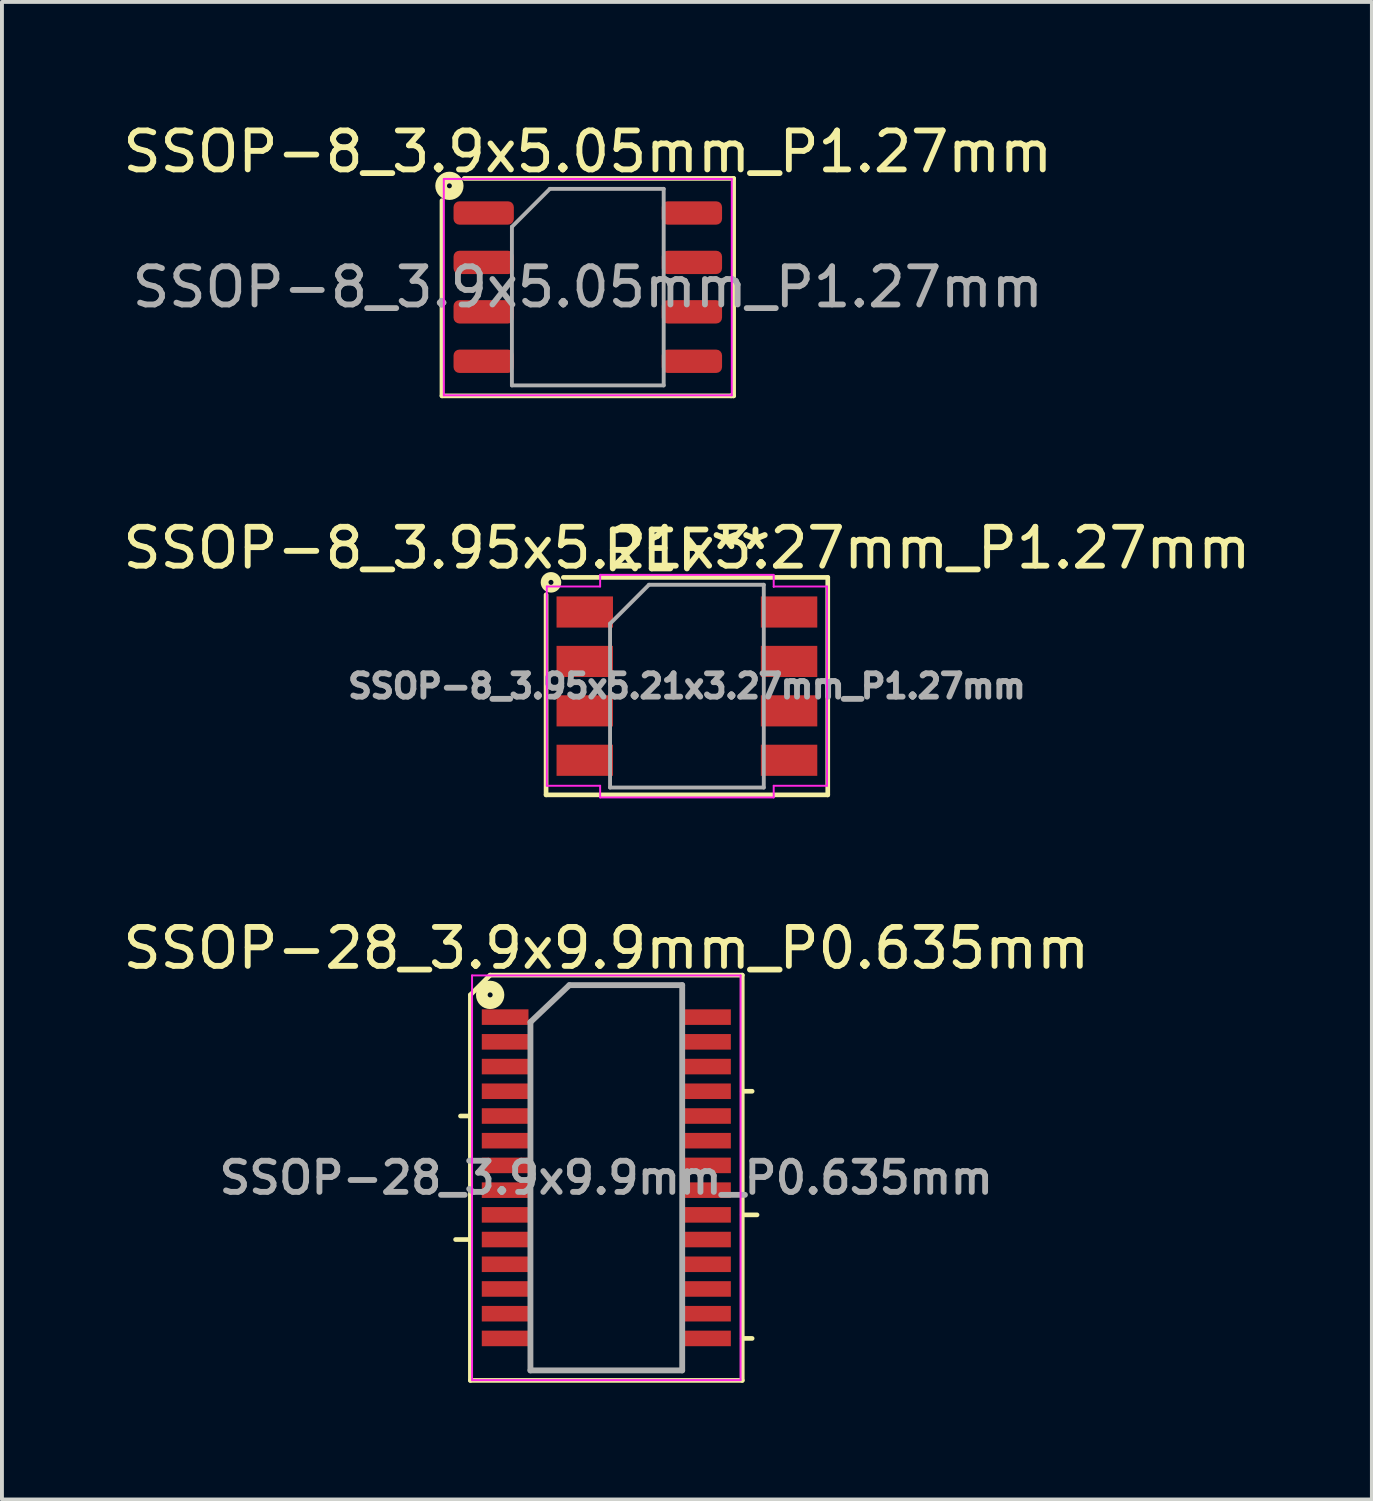
<source format=kicad_pcb>
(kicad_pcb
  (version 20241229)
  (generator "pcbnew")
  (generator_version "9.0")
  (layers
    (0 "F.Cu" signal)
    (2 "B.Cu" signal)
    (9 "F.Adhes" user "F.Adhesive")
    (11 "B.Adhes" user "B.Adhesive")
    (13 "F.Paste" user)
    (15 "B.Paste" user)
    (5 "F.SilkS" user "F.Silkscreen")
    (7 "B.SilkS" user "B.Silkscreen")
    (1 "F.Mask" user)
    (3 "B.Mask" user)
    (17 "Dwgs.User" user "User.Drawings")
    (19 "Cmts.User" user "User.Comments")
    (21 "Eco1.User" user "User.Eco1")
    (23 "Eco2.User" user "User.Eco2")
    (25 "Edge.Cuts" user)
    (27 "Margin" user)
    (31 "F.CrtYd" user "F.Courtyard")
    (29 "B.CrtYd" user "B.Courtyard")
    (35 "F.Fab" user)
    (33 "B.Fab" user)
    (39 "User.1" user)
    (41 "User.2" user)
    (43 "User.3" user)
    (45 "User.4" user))
  (footprint "SSOP-8_3.9x5.05mm_P1.27mm"
    (layer "F.Cu")
    (at 12.054 4.328)
    (property "Reference" "SSOP-8_3.9x5.05mm_P1.27mm" (at 0 -3.48 0) (layer "F.SilkS") (effects (font (size 1 1) (thickness 0.15))))
    (attr smd)
    (fp_line (start -3.747 -2.223) (end -3.747 2.794) (stroke (width 0.12) (type solid)) (layer "F.SilkS"))
    (fp_line (start -3.747 2.794) (end 3.683 2.794) (stroke (width 0.12) (type solid)) (layer "F.SilkS"))
    (fp_line (start 3.683 2.794) (end 3.747 2.794) (stroke (width 0.12) (type solid)) (layer "F.SilkS"))
    (fp_line (start 3.747 -2.794) (end -3.175 -2.794) (stroke (width 0.12) (type solid)) (layer "F.SilkS"))
    (fp_line (start 3.747 2.794) (end 3.747 -2.794) (stroke (width 0.12) (type solid)) (layer "F.SilkS"))
    (fp_circle (center -3.556 -2.603) (end -3.493 -2.603) (stroke (width 0.3) (type solid)) (fill no) (layer "F.SilkS"))
    (fp_line (start -3.7 -2.78) (end -3.7 2.78) (stroke (width 0.05) (type solid)) (layer "F.CrtYd"))
    (fp_line (start -3.7 2.78) (end 3.7 2.78) (stroke (width 0.05) (type solid)) (layer "F.CrtYd"))
    (fp_line (start 3.7 -2.78) (end -3.7 -2.78) (stroke (width 0.05) (type solid)) (layer "F.CrtYd"))
    (fp_line (start 3.7 2.78) (end 3.7 -2.78) (stroke (width 0.05) (type solid)) (layer "F.CrtYd"))
    (fp_line (start -1.95 -1.55) (end -0.975 -2.525) (stroke (width 0.1) (type solid)) (layer "F.Fab"))
    (fp_line (start -1.95 2.525) (end -1.95 -1.55) (stroke (width 0.1) (type solid)) (layer "F.Fab"))
    (fp_line (start -0.975 -2.525) (end 1.95 -2.525) (stroke (width 0.1) (type solid)) (layer "F.Fab"))
    (fp_line (start 1.95 -2.525) (end 1.95 2.525) (stroke (width 0.1) (type solid)) (layer "F.Fab"))
    (fp_line (start 1.95 2.525) (end -1.95 2.525) (stroke (width 0.1) (type solid)) (layer "F.Fab"))
    (fp_text user "${REFERENCE}" (at 0 0 0) (layer "F.Fab") (effects (font (size 0.98 0.98) (thickness 0.15))))
    (pad "1" smd roundrect (at -2.675 -1.905) (size 1.55 0.6) (layers "F.Cu" "F.Mask" "F.Paste") (roundrect_rratio 0.25))
    (pad "2" smd roundrect (at -2.675 -0.635) (size 1.55 0.6) (layers "F.Cu" "F.Mask" "F.Paste") (roundrect_rratio 0.25))
    (pad "3" smd roundrect (at -2.675 0.635) (size 1.55 0.6) (layers "F.Cu" "F.Mask" "F.Paste") (roundrect_rratio 0.25))
    (pad "4" smd roundrect (at -2.675 1.905) (size 1.55 0.6) (layers "F.Cu" "F.Mask" "F.Paste") (roundrect_rratio 0.25))
    (pad "5" smd roundrect (at 2.675 1.905) (size 1.55 0.6) (layers "F.Cu" "F.Mask" "F.Paste") (roundrect_rratio 0.25))
    (pad "6" smd roundrect (at 2.675 0.635) (size 1.55 0.6) (layers "F.Cu" "F.Mask" "F.Paste") (roundrect_rratio 0.25))
    (pad "7" smd roundrect (at 2.675 -0.635) (size 1.55 0.6) (layers "F.Cu" "F.Mask" "F.Paste") (roundrect_rratio 0.25))
    (pad "8" smd roundrect (at 2.675 -1.905) (size 1.55 0.6) (layers "F.Cu" "F.Mask" "F.Paste") (roundrect_rratio 0.25)))
  (footprint "SSOP-28_3.9x9.9mm_P0.635mm"
    (layer "F.Cu")
    (at 12.53 27.214)
    (property "Reference" "SSOP-28_3.9x9.9mm_P0.635mm" (at 0 -5.9 0) (layer "F.SilkS") (effects (font (size 1 1) (thickness 0.15))))
    (attr smd)
    (fp_line (start -3.493 -4.699) (end -3.493 5.207) (stroke (width 0.12) (type solid)) (layer "F.SilkS"))
    (fp_line (start -3.493 -4.699) (end -2.985 -5.207) (stroke (width 0.12) (type solid)) (layer "F.SilkS"))
    (fp_line (start -3.493 -1.587) (end -3.747 -1.587) (stroke (width 0.12) (type solid)) (layer "F.SilkS"))
    (fp_line (start -3.493 1.587) (end -3.873 1.587) (stroke (width 0.12) (type solid)) (layer "F.SilkS"))
    (fp_line (start -3.493 5.207) (end 3.493 5.207) (stroke (width 0.12) (type solid)) (layer "F.SilkS"))
    (fp_line (start 3.493 -5.207) (end -2.985 -5.207) (stroke (width 0.12) (type solid)) (layer "F.SilkS"))
    (fp_line (start 3.493 -2.223) (end 3.747 -2.223) (stroke (width 0.12) (type solid)) (layer "F.SilkS"))
    (fp_line (start 3.493 0.953) (end 3.873 0.953) (stroke (width 0.12) (type solid)) (layer "F.SilkS"))
    (fp_line (start 3.493 4.128) (end 3.747 4.128) (stroke (width 0.12) (type solid)) (layer "F.SilkS"))
    (fp_line (start 3.493 5.207) (end 3.493 -5.207) (stroke (width 0.12) (type solid)) (layer "F.SilkS"))
    (fp_circle (center -2.985 -4.699) (end -2.921 -4.699) (stroke (width 0.3) (type solid)) (fill no) (layer "F.SilkS"))
    (fp_line (start -3.45 -5.2) (end -3.45 5.2) (stroke (width 0.05) (type solid)) (layer "F.CrtYd"))
    (fp_line (start -3.45 -5.2) (end 3.45 -5.2) (stroke (width 0.05) (type solid)) (layer "F.CrtYd"))
    (fp_line (start -3.45 5.2) (end 3.45 5.2) (stroke (width 0.05) (type solid)) (layer "F.CrtYd"))
    (fp_line (start 3.45 -5.2) (end 3.45 5.2) (stroke (width 0.05) (type solid)) (layer "F.CrtYd"))
    (fp_line (start -1.95 -4) (end -0.95 -4.95) (stroke (width 0.15) (type solid)) (layer "F.Fab"))
    (fp_line (start -1.95 4.95) (end -1.95 -4) (stroke (width 0.15) (type solid)) (layer "F.Fab"))
    (fp_line (start -0.95 -4.95) (end 1.95 -4.95) (stroke (width 0.15) (type solid)) (layer "F.Fab"))
    (fp_line (start 1.95 -4.95) (end 1.95 4.95) (stroke (width 0.15) (type solid)) (layer "F.Fab"))
    (fp_line (start 1.95 4.95) (end -1.95 4.95) (stroke (width 0.15) (type solid)) (layer "F.Fab"))
    (fp_text user "${REFERENCE}" (at 0 0 0) (layer "F.Fab") (effects (font (size 0.8 0.8) (thickness 0.15))))
    (pad "1" smd rect (at -2.6 -4.128) (size 1.2 0.4) (layers "F.Cu" "F.Mask" "F.Paste"))
    (pad "2" smd rect (at -2.6 -3.493) (size 1.2 0.4) (layers "F.Cu" "F.Mask" "F.Paste"))
    (pad "3" smd rect (at -2.6 -2.857) (size 1.2 0.4) (layers "F.Cu" "F.Mask" "F.Paste"))
    (pad "4" smd rect (at -2.6 -2.223) (size 1.2 0.4) (layers "F.Cu" "F.Mask" "F.Paste"))
    (pad "5" smd rect (at -2.6 -1.587) (size 1.2 0.4) (layers "F.Cu" "F.Mask" "F.Paste"))
    (pad "6" smd rect (at -2.6 -0.953) (size 1.2 0.4) (layers "F.Cu" "F.Mask" "F.Paste"))
    (pad "7" smd rect (at -2.6 -0.318) (size 1.2 0.4) (layers "F.Cu" "F.Mask" "F.Paste"))
    (pad "8" smd rect (at -2.6 0.318) (size 1.2 0.4) (layers "F.Cu" "F.Mask" "F.Paste"))
    (pad "9" smd rect (at -2.6 0.953) (size 1.2 0.4) (layers "F.Cu" "F.Mask" "F.Paste"))
    (pad "10" smd rect (at -2.6 1.587) (size 1.2 0.4) (layers "F.Cu" "F.Mask" "F.Paste"))
    (pad "11" smd rect (at -2.6 2.223) (size 1.2 0.4) (layers "F.Cu" "F.Mask" "F.Paste"))
    (pad "12" smd rect (at -2.6 2.857) (size 1.2 0.4) (layers "F.Cu" "F.Mask" "F.Paste"))
    (pad "13" smd rect (at -2.6 3.493) (size 1.2 0.4) (layers "F.Cu" "F.Mask" "F.Paste"))
    (pad "14" smd rect (at -2.6 4.128) (size 1.2 0.4) (layers "F.Cu" "F.Mask" "F.Paste"))
    (pad "15" smd rect (at 2.6 4.128) (size 1.2 0.4) (layers "F.Cu" "F.Mask" "F.Paste"))
    (pad "16" smd rect (at 2.6 3.493) (size 1.2 0.4) (layers "F.Cu" "F.Mask" "F.Paste"))
    (pad "17" smd rect (at 2.6 2.857) (size 1.2 0.4) (layers "F.Cu" "F.Mask" "F.Paste"))
    (pad "18" smd rect (at 2.6 2.223) (size 1.2 0.4) (layers "F.Cu" "F.Mask" "F.Paste"))
    (pad "19" smd rect (at 2.6 1.587) (size 1.2 0.4) (layers "F.Cu" "F.Mask" "F.Paste"))
    (pad "20" smd rect (at 2.6 0.953) (size 1.2 0.4) (layers "F.Cu" "F.Mask" "F.Paste"))
    (pad "21" smd rect (at 2.6 0.318) (size 1.2 0.4) (layers "F.Cu" "F.Mask" "F.Paste"))
    (pad "22" smd rect (at 2.6 -0.318) (size 1.2 0.4) (layers "F.Cu" "F.Mask" "F.Paste"))
    (pad "23" smd rect (at 2.6 -0.953) (size 1.2 0.4) (layers "F.Cu" "F.Mask" "F.Paste"))
    (pad "24" smd rect (at 2.6 -1.587) (size 1.2 0.4) (layers "F.Cu" "F.Mask" "F.Paste"))
    (pad "25" smd rect (at 2.6 -2.223) (size 1.2 0.4) (layers "F.Cu" "F.Mask" "F.Paste"))
    (pad "26" smd rect (at 2.6 -2.857) (size 1.2 0.4) (layers "F.Cu" "F.Mask" "F.Paste"))
    (pad "27" smd rect (at 2.6 -3.493) (size 1.2 0.4) (layers "F.Cu" "F.Mask" "F.Paste"))
    (pad "28" smd rect (at 2.6 -4.128) (size 1.2 0.4) (layers "F.Cu" "F.Mask" "F.Paste")))
  (footprint "SSOP-8_3.95x5.21x3.27mm_P1.27mm"
    (layer "F.Cu")
    (at 14.601 14.581)
    (property "Reference" "SSOP-8_3.95x5.21x3.27mm_P1.27mm" (at 0 -3.55 0) (layer "F.SilkS") (effects (font (size 1 1) (thickness 0.15))))
    (attr smd)
    (fp_line (start -3.619 -2.349) (end -3.619 2.794) (stroke (width 0.12) (type solid)) (layer "F.SilkS"))
    (fp_line (start -3.619 2.794) (end 3.619 2.794) (stroke (width 0.12) (type solid)) (layer "F.SilkS"))
    (fp_line (start 3.619 -2.794) (end -3.175 -2.794) (stroke (width 0.12) (type solid)) (layer "F.SilkS"))
    (fp_line (start 3.619 2.794) (end 3.619 -2.794) (stroke (width 0.12) (type solid)) (layer "F.SilkS"))
    (fp_circle (center -3.493 -2.667) (end -3.429 -2.667) (stroke (width 0.2) (type solid)) (fill no) (layer "F.SilkS"))
    (fp_line (start -3.6 -2.56) (end -2.23 -2.56) (stroke (width 0.05) (type solid)) (layer "F.CrtYd"))
    (fp_line (start -3.6 2.56) (end -3.6 -2.56) (stroke (width 0.05) (type solid)) (layer "F.CrtYd"))
    (fp_line (start -3.6 2.56) (end -2.23 2.56) (stroke (width 0.05) (type solid)) (layer "F.CrtYd"))
    (fp_line (start -2.23 -2.86) (end 2.23 -2.86) (stroke (width 0.05) (type solid)) (layer "F.CrtYd"))
    (fp_line (start -2.23 -2.56) (end -2.23 -2.86) (stroke (width 0.05) (type solid)) (layer "F.CrtYd"))
    (fp_line (start -2.23 2.86) (end -2.23 2.56) (stroke (width 0.05) (type solid)) (layer "F.CrtYd"))
    (fp_line (start 2.23 -2.56) (end 3.6 -2.56) (stroke (width 0.05) (type solid)) (layer "F.CrtYd"))
    (fp_line (start 2.23 -2.55) (end 2.23 -2.85) (stroke (width 0.05) (type solid)) (layer "F.CrtYd"))
    (fp_line (start 2.23 2.56) (end 3.6 2.56) (stroke (width 0.05) (type solid)) (layer "F.CrtYd"))
    (fp_line (start 2.23 2.86) (end -2.23 2.86) (stroke (width 0.05) (type solid)) (layer "F.CrtYd"))
    (fp_line (start 2.23 2.86) (end 2.23 2.56) (stroke (width 0.05) (type solid)) (layer "F.CrtYd"))
    (fp_line (start 3.6 2.56) (end 3.6 -2.56) (stroke (width 0.05) (type solid)) (layer "F.CrtYd"))
    (fp_line (start -1.975 2.605) (end -1.975 -1.605) (stroke (width 0.1) (type solid)) (layer "F.Fab"))
    (fp_line (start -0.975 -2.605) (end -1.975 -1.605) (stroke (width 0.1) (type solid)) (layer "F.Fab"))
    (fp_line (start -0.975 -2.605) (end 1.975 -2.605) (stroke (width 0.1) (type solid)) (layer "F.Fab"))
    (fp_line (start 1.975 -2.605) (end 1.975 2.605) (stroke (width 0.1) (type solid)) (layer "F.Fab"))
    (fp_line (start 1.975 2.605) (end -1.975 2.605) (stroke (width 0.1) (type solid)) (layer "F.Fab"))
    (fp_text user "REF**" (at 0 -3.48 0) (layer "F.SilkS") (effects (font (size 1 1) (thickness 0.15))))
    (fp_text user "${REFERENCE}" (at 0 0 0) (layer "F.Fab") (effects (font (size 0.6 0.6) (thickness 0.15))))
    (pad "1" smd rect (at -2.625 -1.905) (size 1.45 0.8) (layers "F.Cu" "F.Mask" "F.Paste"))
    (pad "2" smd rect (at -2.625 -0.635) (size 1.45 0.8) (layers "F.Cu" "F.Mask" "F.Paste"))
    (pad "3" smd rect (at -2.625 0.635) (size 1.45 0.8) (layers "F.Cu" "F.Mask" "F.Paste"))
    (pad "4" smd rect (at -2.625 1.905) (size 1.45 0.8) (layers "F.Cu" "F.Mask" "F.Paste"))
    (pad "5" smd rect (at 2.625 1.905) (size 1.45 0.8) (layers "F.Cu" "F.Mask" "F.Paste"))
    (pad "6" smd rect (at 2.625 0.635) (size 1.45 0.8) (layers "F.Cu" "F.Mask" "F.Paste"))
    (pad "7" smd rect (at 2.625 -0.635) (size 1.45 0.8) (layers "F.Cu" "F.Mask" "F.Paste"))
    (pad "8" smd rect (at 2.625 -1.905) (size 1.45 0.8) (layers "F.Cu" "F.Mask" "F.Paste")))
  (gr_rect
    (start -3 -3)
    (end 32.202 35.481)
    (stroke (width 0.1) (type default))
    (fill no)
    (layer "Edge.Cuts")))
</source>
